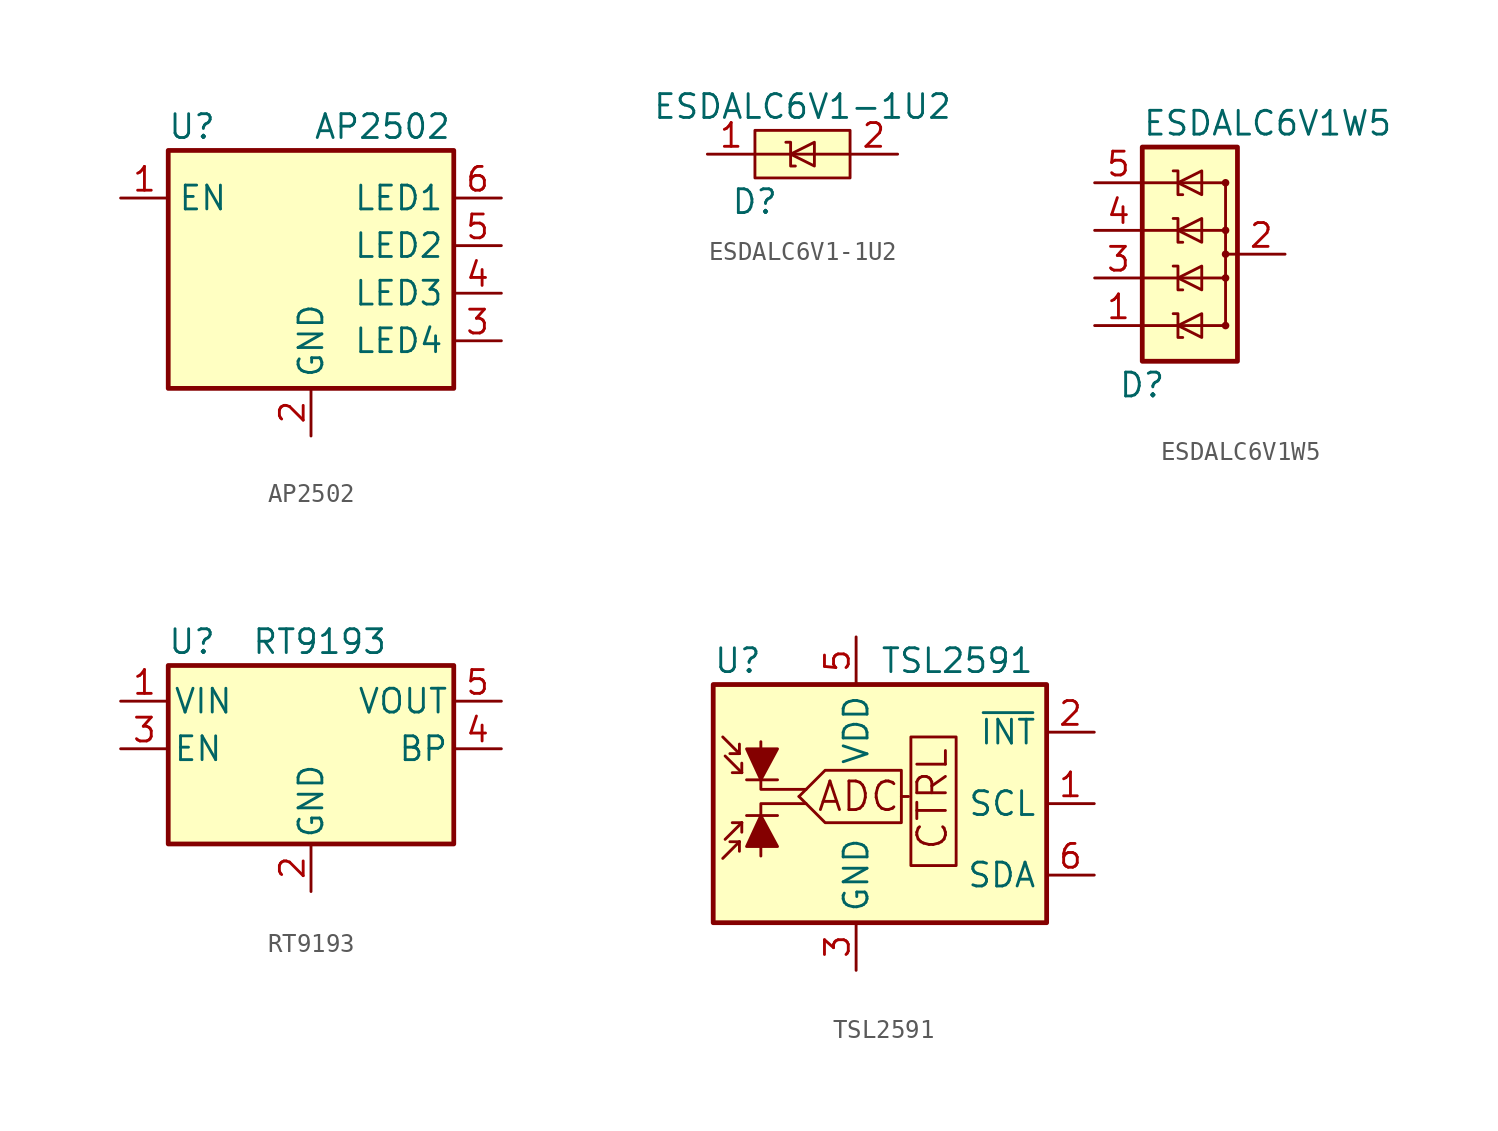
<source format=kicad_sym>
(kicad_symbol_lib
  (version 20211014)
  (generator kicad_symbol_editor)
  (symbol "AP2502"
    (property "Reference" "U"
      (at -6.35 7.62 0)
      (effects (font (size 1.27 1.27))))
    (property "Value" "AP2502"
      (at 3.81 7.62 0)
      (effects (font (size 1.27 1.27))))
    (symbol "AP2502_1_1"
      (rectangle (start -7.62 6.35) (end 7.62 -6.35) (stroke (width 0.254) (type default) (color 0 0 0 0)) (fill (type background)))
      (pin input line (at -10.16 3.81 0) (length 2.54) (name "EN" (effects (font (size 1.27 1.27)))) (number "1" (effects (font (size 1.27 1.27)))))
      (pin power_in line (at 0 -8.89 90) (length 2.54) (name "GND" (effects (font (size 1.27 1.27)))) (number "2" (effects (font (size 1.27 1.27)))))
      (pin open_collector line (at 10.16 -3.81 180) (length 2.54) (name "LED4" (effects (font (size 1.27 1.27)))) (number "3" (effects (font (size 1.27 1.27)))))
      (pin open_collector line (at 10.16 -1.27 180) (length 2.54) (name "LED3" (effects (font (size 1.27 1.27)))) (number "4" (effects (font (size 1.27 1.27)))))
      (pin open_collector line (at 10.16 1.27 180) (length 2.54) (name "LED2" (effects (font (size 1.27 1.27)))) (number "5" (effects (font (size 1.27 1.27)))))
      (pin open_collector line (at 10.16 3.81 180) (length 2.54) (name "LED1" (effects (font (size 1.27 1.27)))) (number "6" (effects (font (size 1.27 1.27)))))))
  (symbol "ESDALC6V1-1U2"
    (pin_names hide)
    (property "Reference" "D"
      (at -1.27 -2.54 0)
      (effects (font (size 1.27 1.27)) (justify right)))
    (property "Value" "ESDALC6V1-1U2"
      (at 0 2.54 0)
      (effects (font (size 1.27 1.27))))
    (symbol "ESDALC6V1-1U2_0_0"
      (pin passive line (at 5.08 0 180) (length 2.54) (name "GND" (effects (font (size 1.27 1.27)))) (number "2" (effects (font (size 1.27 1.27))))))
    (symbol "ESDALC6V1-1U2_0_1"
      (rectangle (start -2.54 1.27) (end 2.54 -1.27) (stroke (width 0) (type default) (color 0 0 0 0)) (fill (type background)))
      (polyline (pts (xy 2.54 0) (xy -2.54 0)) (stroke (width 0) (type default) (color 0 0 0 0)) (fill (type none)))
      (polyline (pts (xy -0.889 0.635) (xy -0.635 0.635) (xy -0.635 -0.635) (xy -0.381 -0.635)) (stroke (width 0) (type default) (color 0 0 0 0)) (fill (type none)))
      (polyline (pts (xy 0.635 -0.635) (xy 0.635 0.635) (xy -0.635 0) (xy 0.635 -0.635)) (stroke (width 0) (type default) (color 0 0 0 0)) (fill (type none))))
    (symbol "ESDALC6V1-1U2_1_1"
      (pin passive line (at -5.08 0 0) (length 2.54) (name "IO1" (effects (font (size 1.27 1.27)))) (number "1" (effects (font (size 1.27 1.27)))))))
  (symbol "ESDALC6V1W5"
    (pin_names hide)
    (property "Reference" "D"
      (at -1.27 -6.985 0)
      (effects (font (size 1.27 1.27)) (justify right)))
    (property "Value" "ESDALC6V1W5"
      (at -2.54 6.985 0)
      (effects (font (size 1.27 1.27)) (justify left)))
    (symbol "ESDALC6V1W5_0_0"
      (pin passive line (at 5.08 0 180) (length 2.54) (name "GND" (effects (font (size 1.27 1.27)))) (number "2" (effects (font (size 1.27 1.27))))))
    (symbol "ESDALC6V1W5_0_1"
      (rectangle (start -2.54 -5.715) (end 2.54 5.715) (stroke (width 0.254) (type default) (color 0 0 0 0)) (fill (type background)))
      (polyline (pts (xy -2.54 -1.27) (xy 1.905 -1.27)) (stroke (width 0) (type default) (color 0 0 0 0)) (fill (type none)))
      (polyline (pts (xy -2.54 1.27) (xy 1.905 1.27)) (stroke (width 0) (type default) (color 0 0 0 0)) (fill (type none)))
      (polyline (pts (xy -2.54 3.81) (xy 1.905 3.81)) (stroke (width 0) (type default) (color 0 0 0 0)) (fill (type none)))
      (polyline (pts (xy 1.905 3.81) (xy 1.905 -3.81)) (stroke (width 0) (type default) (color 0 0 0 0)) (fill (type none)))
      (polyline (pts (xy 2.54 0) (xy 1.905 0)) (stroke (width 0) (type default) (color 0 0 0 0)) (fill (type none)))
      (polyline (pts (xy -0.889 -3.175) (xy -0.635 -3.175) (xy -0.635 -4.445) (xy -0.381 -4.445)) (stroke (width 0) (type default) (color 0 0 0 0)) (fill (type none)))
      (polyline (pts (xy -0.889 -0.635) (xy -0.635 -0.635) (xy -0.635 -1.905) (xy -0.381 -1.905)) (stroke (width 0) (type default) (color 0 0 0 0)) (fill (type none)))
      (polyline (pts (xy -0.889 1.905) (xy -0.635 1.905) (xy -0.635 0.635) (xy -0.381 0.635)) (stroke (width 0) (type default) (color 0 0 0 0)) (fill (type none)))
      (polyline (pts (xy -0.889 4.445) (xy -0.635 4.445) (xy -0.635 3.175) (xy -0.381 3.175)) (stroke (width 0) (type default) (color 0 0 0 0)) (fill (type none)))
      (polyline (pts (xy 0.635 -4.445) (xy 0.635 -3.175) (xy -0.635 -3.81) (xy 0.635 -4.445)) (stroke (width 0) (type default) (color 0 0 0 0)) (fill (type none)))
      (polyline (pts (xy 0.635 -1.905) (xy 0.635 -0.635) (xy -0.635 -1.27) (xy 0.635 -1.905)) (stroke (width 0) (type default) (color 0 0 0 0)) (fill (type none)))
      (polyline (pts (xy 0.635 0.635) (xy 0.635 1.905) (xy -0.635 1.27) (xy 0.635 0.635)) (stroke (width 0) (type default) (color 0 0 0 0)) (fill (type none)))
      (polyline (pts (xy 0.635 3.175) (xy 0.635 4.445) (xy -0.635 3.81) (xy 0.635 3.175)) (stroke (width 0) (type default) (color 0 0 0 0)) (fill (type none)))
      (circle (center 1.905 -1.27) (radius 0.127) (stroke (width 0) (type default) (color 0 0 0 0)) (fill (type none)))
      (circle (center 1.905 0) (radius 0.127) (stroke (width 0) (type default) (color 0 0 0 0)) (fill (type none)))
      (circle (center 1.905 1.27) (radius 0.127) (stroke (width 0) (type default) (color 0 0 0 0)) (fill (type none)))
      (circle (center 1.905 3.81) (radius 0.127) (stroke (width 0) (type default) (color 0 0 0 0)) (fill (type none))))
    (symbol "ESDALC6V1W5_1_1"
      (polyline (pts (xy -2.54 -3.81) (xy 1.905 -3.81)) (stroke (width 0) (type default) (color 0 0 0 0)) (fill (type none)))
      (circle (center 1.905 -3.81) (radius 0.127) (stroke (width 0) (type default) (color 0 0 0 0)) (fill (type none)))
      (pin passive line (at -5.08 -3.81 0) (length 2.54) (name "IO1" (effects (font (size 1.27 1.27)))) (number "1" (effects (font (size 1.27 1.27)))))
      (pin passive line (at -5.08 -1.27 0) (length 2.54) (name "IO2" (effects (font (size 1.27 1.27)))) (number "3" (effects (font (size 1.27 1.27)))))
      (pin passive line (at -5.08 1.27 0) (length 2.54) (name "IO3" (effects (font (size 1.27 1.27)))) (number "4" (effects (font (size 1.27 1.27)))))
      (pin passive line (at -5.08 3.81 0) (length 2.54) (name "IO4" (effects (font (size 1.27 1.27)))) (number "5" (effects (font (size 1.27 1.27)))))))
  (symbol "RT9193"
    (pin_names
      (offset 0.254))
    (property "Reference" "U"
      (at -6.35 5.715 0)
      (effects (font (size 1.27 1.27))))
    (property "Value" "RT9193"
      (at -3.175 5.715 0)
      (effects (font (size 1.27 1.27)) (justify left)))
    (symbol "RT9193_0_1"
      (rectangle (start -7.62 4.445) (end 7.62 -5.08) (stroke (width 0.254) (type default) (color 0 0 0 0)) (fill (type background))))
    (symbol "RT9193_1_1"
      (pin power_in line (at -10.16 2.54 0) (length 2.54) (name "VIN" (effects (font (size 1.27 1.27)))) (number "1" (effects (font (size 1.27 1.27)))))
      (pin power_in line (at 0 -7.62 90) (length 2.54) (name "GND" (effects (font (size 1.27 1.27)))) (number "2" (effects (font (size 1.27 1.27)))))
      (pin input line (at -10.16 0 0) (length 2.54) (name "EN" (effects (font (size 1.27 1.27)))) (number "3" (effects (font (size 1.27 1.27)))))
      (pin input line (at 10.16 0 180) (length 2.54) (name "BP" (effects (font (size 1.27 1.27)))) (number "4" (effects (font (size 1.27 1.27)))))
      (pin power_out line (at 10.16 2.54 180) (length 2.54) (name "VOUT" (effects (font (size 1.27 1.27)))) (number "5" (effects (font (size 1.27 1.27)))))))
  (symbol "TSL2591"
    (property "Reference" "U"
      (at -7.62 6.35 0)
      (effects (font (size 1.27 1.27)) (justify left)))
    (property "Value" "TSL2591"
      (at 1.27 6.35 0)
      (effects (font (size 1.27 1.27)) (justify left)))
    (symbol "TSL2591_0_0"
      (polyline (pts (xy 2.413 -0.889) (xy 2.794 -0.889)) (stroke (width 0) (type default) (color 0 0 0 0)) (fill (type none)))
      (polyline (pts (xy -5.08 -4.064) (xy -5.08 -1.27) (xy -2.667 -1.27)) (stroke (width 0) (type default) (color 0 0 0 0)) (fill (type none)))
      (polyline (pts (xy -5.08 2.032) (xy -5.08 -0.508) (xy -2.667 -0.508)) (stroke (width 0) (type default) (color 0 0 0 0)) (fill (type none)))
      (polyline (pts (xy -3.048 -0.889) (xy -1.651 -2.286) (xy 2.413 -2.286) (xy 2.413 -0.889)) (stroke (width 0) (type default) (color 0 0 0 0)) (fill (type none)))
      (polyline (pts (xy -3.048 -0.889) (xy -1.651 0.508) (xy 2.413 0.508) (xy 2.413 -0.889)) (stroke (width 0) (type default) (color 0 0 0 0)) (fill (type none)))
      (rectangle (start 2.921 2.286) (end 5.334 -4.572) (stroke (width 0) (type default) (color 0 0 0 0)) (fill (type none)))
      (text "ADC" (at 0.127 -0.889 0) (effects (font (size 1.524 1.524))))
      (text "CTRL" (at 4.064 -1.016 900) (effects (font (size 1.524 1.524)))))
    (symbol "TSL2591_0_1"
      (polyline (pts (xy -6.223 -3.302) (xy -7.112 -4.191)) (stroke (width 0) (type default) (color 0 0 0 0)) (fill (type none)))
      (polyline (pts (xy -6.223 -3.302) (xy -6.731 -3.302)) (stroke (width 0) (type default) (color 0 0 0 0)) (fill (type none)))
      (polyline (pts (xy -6.223 -3.302) (xy -6.223 -3.81)) (stroke (width 0) (type default) (color 0 0 0 0)) (fill (type none)))
      (polyline (pts (xy -6.223 1.397) (xy -7.112 2.286)) (stroke (width 0) (type default) (color 0 0 0 0)) (fill (type none)))
      (polyline (pts (xy -6.223 1.397) (xy -6.731 1.397)) (stroke (width 0) (type default) (color 0 0 0 0)) (fill (type none)))
      (polyline (pts (xy -6.223 1.397) (xy -6.223 1.905)) (stroke (width 0) (type default) (color 0 0 0 0)) (fill (type none)))
      (polyline (pts (xy -6.096 -2.286) (xy -6.985 -3.175)) (stroke (width 0) (type default) (color 0 0 0 0)) (fill (type none)))
      (polyline (pts (xy -6.096 -2.286) (xy -6.604 -2.286)) (stroke (width 0) (type default) (color 0 0 0 0)) (fill (type none)))
      (polyline (pts (xy -6.096 -2.286) (xy -6.096 -2.794)) (stroke (width 0) (type default) (color 0 0 0 0)) (fill (type none)))
      (polyline (pts (xy -6.096 0.381) (xy -6.985 1.27)) (stroke (width 0) (type default) (color 0 0 0 0)) (fill (type none)))
      (polyline (pts (xy -6.096 0.381) (xy -6.604 0.381)) (stroke (width 0) (type default) (color 0 0 0 0)) (fill (type none)))
      (polyline (pts (xy -6.096 0.381) (xy -6.096 0.889)) (stroke (width 0) (type default) (color 0 0 0 0)) (fill (type none)))
      (polyline (pts (xy -5.842 -1.905) (xy -4.191 -1.905)) (stroke (width 0) (type default) (color 0 0 0 0)) (fill (type none)))
      (polyline (pts (xy -5.842 0) (xy -4.191 0)) (stroke (width 0) (type default) (color 0 0 0 0)) (fill (type none)))
      (polyline (pts (xy -5.842 -3.556) (xy -4.191 -3.556) (xy -5.08 -1.905) (xy -5.842 -3.556)) (stroke (width 0) (type default) (color 0 0 0 0)) (fill (type outline)))
      (polyline (pts (xy -5.842 1.651) (xy -4.191 1.651) (xy -5.08 0) (xy -5.842 1.651)) (stroke (width 0) (type default) (color 0 0 0 0)) (fill (type outline)))
      (rectangle (start 10.16 5.08) (end -7.62 -7.62) (stroke (width 0.254) (type default) (color 0 0 0 0)) (fill (type background))))
    (symbol "TSL2591_1_1"
      (pin input line (at 12.7 -1.27 180) (length 2.54) (name "SCL" (effects (font (size 1.27 1.27)))) (number "1" (effects (font (size 1.27 1.27)))))
      (pin open_collector line (at 12.7 2.54 180) (length 2.54) (name "~{INT}" (effects (font (size 1.27 1.27)))) (number "2" (effects (font (size 1.27 1.27)))))
      (pin power_in line (at 0 -10.16 90) (length 2.54) (name "GND" (effects (font (size 1.27 1.27)))) (number "3" (effects (font (size 1.27 1.27)))))
      (pin no_connect line (at -10.16 -6.35 0) (length 2.54) hide (name "NC" (effects (font (size 1.27 1.27)))) (number "4" (effects (font (size 1.27 1.27)))))
      (pin power_in line (at 0 7.62 270) (length 2.54) (name "VDD" (effects (font (size 1.27 1.27)))) (number "5" (effects (font (size 1.27 1.27)))))
      (pin bidirectional line (at 12.7 -5.08 180) (length 2.54) (name "SDA" (effects (font (size 1.27 1.27)))) (number "6" (effects (font (size 1.27 1.27))))))))
</source>
